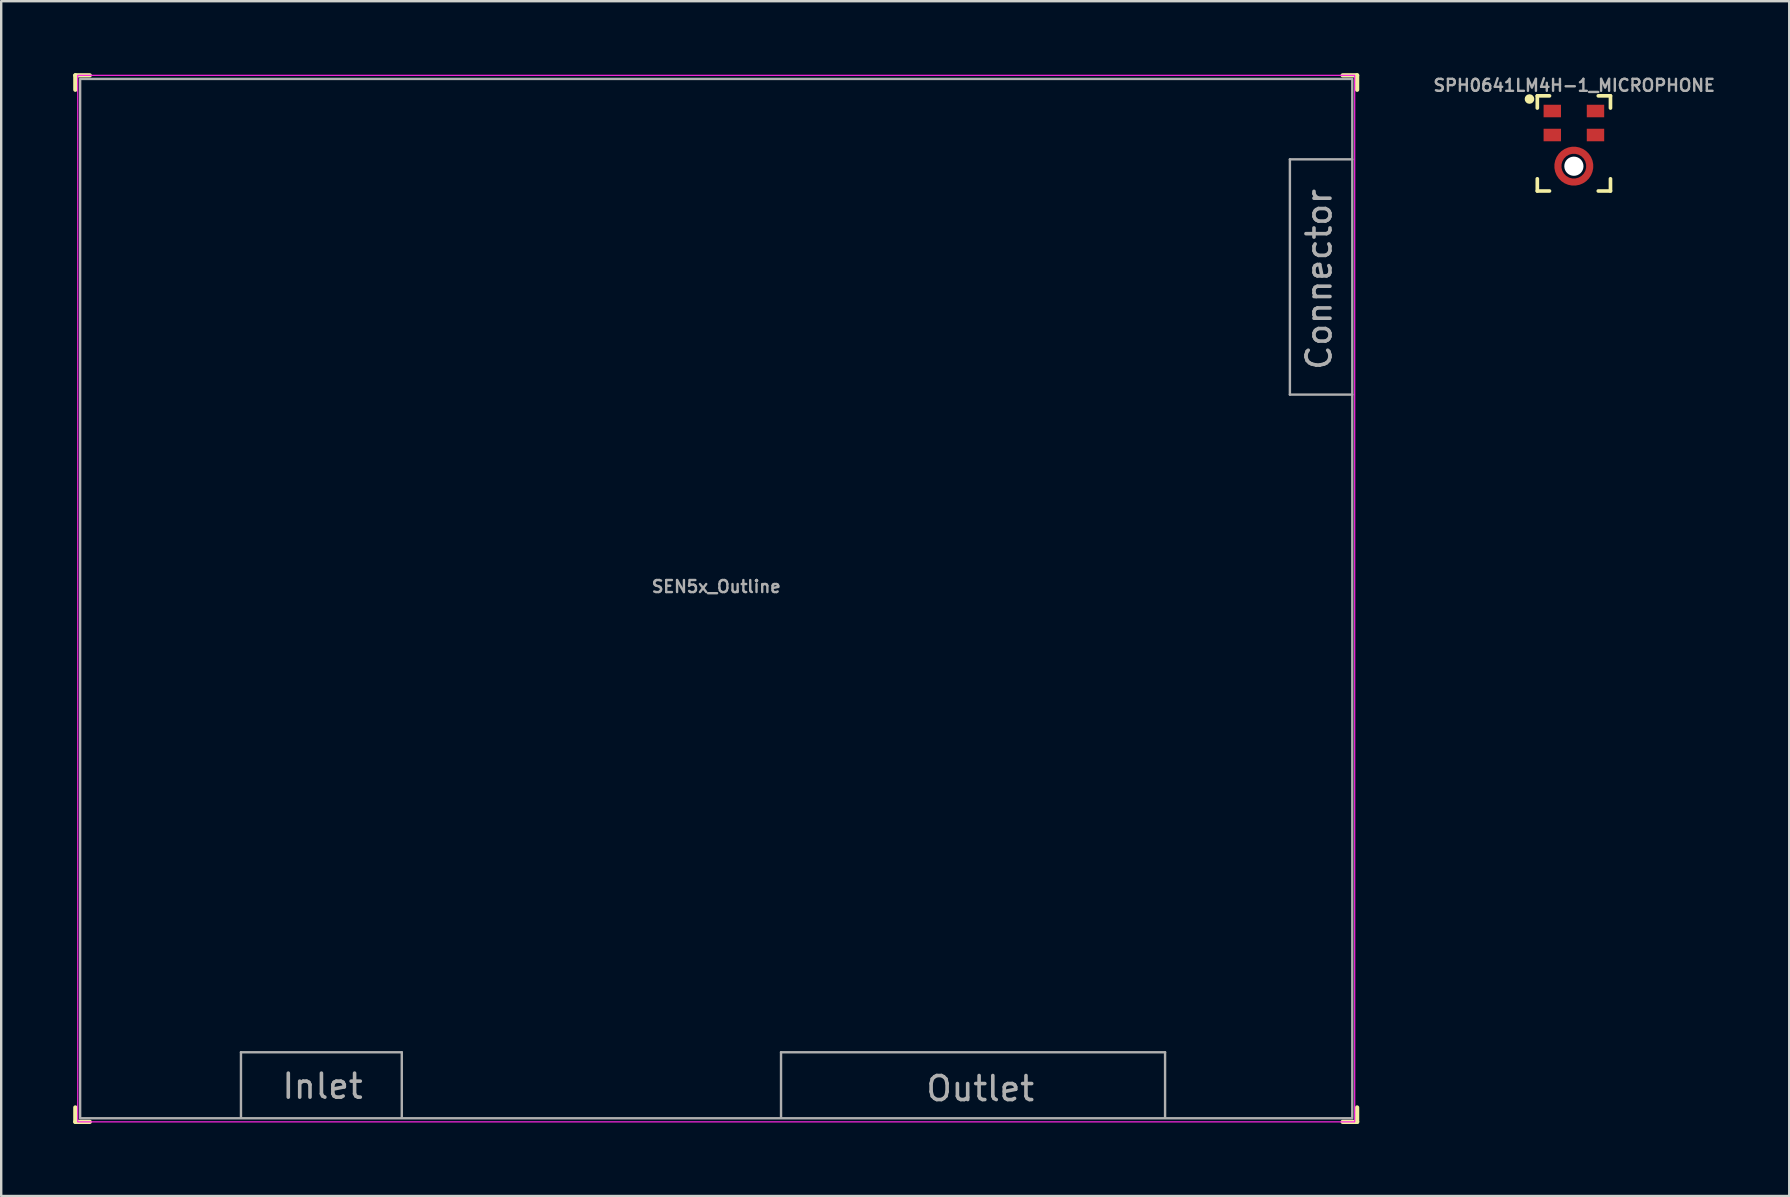
<source format=kicad_pcb>
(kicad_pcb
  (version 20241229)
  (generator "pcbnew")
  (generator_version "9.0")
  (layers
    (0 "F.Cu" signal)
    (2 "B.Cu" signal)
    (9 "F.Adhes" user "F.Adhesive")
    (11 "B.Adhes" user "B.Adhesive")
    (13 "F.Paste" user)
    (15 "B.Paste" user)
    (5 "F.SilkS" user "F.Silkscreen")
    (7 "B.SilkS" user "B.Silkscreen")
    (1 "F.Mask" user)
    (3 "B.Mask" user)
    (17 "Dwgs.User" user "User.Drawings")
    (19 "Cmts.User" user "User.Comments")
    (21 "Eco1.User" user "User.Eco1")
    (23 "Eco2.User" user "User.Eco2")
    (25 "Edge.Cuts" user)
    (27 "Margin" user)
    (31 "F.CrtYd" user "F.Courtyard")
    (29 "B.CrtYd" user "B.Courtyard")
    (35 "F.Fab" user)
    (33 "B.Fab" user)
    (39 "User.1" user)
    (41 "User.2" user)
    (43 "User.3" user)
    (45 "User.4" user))
  (footprint "SPH0641LM4H-1_MICROPHONE"
    (layer "F.Cu")
    (at 62.521 2.875)
    (property "Reference" "SPH0641LM4H-1_MICROPHONE" (at 0.014 -2.075 0) (unlocked yes) (layer "F.Fab") (effects (font (size 0.5 0.5) (thickness 0.1) (bold yes)) (justify bottom)))
    (fp_circle (center 0 1) (end 0.662 1) (stroke (width 0.6) (type solid)) (fill no) (layer "F.Mask"))
    (fp_line (start -1.524 -1.932) (end -1.524 -1.424) (stroke (width 0.152) (type solid)) (layer "F.SilkS"))
    (fp_line (start -1.524 1.524) (end -1.524 2.032) (stroke (width 0.152) (type solid)) (layer "F.SilkS"))
    (fp_line (start -1.524 2.032) (end -1.016 2.032) (stroke (width 0.152) (type solid)) (layer "F.SilkS"))
    (fp_line (start -1.016 -1.932) (end -1.524 -1.932) (stroke (width 0.152) (type solid)) (layer "F.SilkS"))
    (fp_line (start 1.016 -1.932) (end 1.524 -1.932) (stroke (width 0.152) (type solid)) (layer "F.SilkS"))
    (fp_line (start 1.524 -1.424) (end 1.524 -1.932) (stroke (width 0.152) (type solid)) (layer "F.SilkS"))
    (fp_line (start 1.524 1.524) (end 1.524 2.032) (stroke (width 0.152) (type solid)) (layer "F.SilkS"))
    (fp_line (start 1.524 2.032) (end 1.016 2.032) (stroke (width 0.152) (type solid)) (layer "F.SilkS"))
    (fp_circle (center -1.85 -1.8) (end -1.75 -1.8) (stroke (width 0.2) (type default)) (fill no) (layer "F.SilkS"))
    (fp_line (start -0.796 1.003) (end -0.78 1.158) (stroke (width 0.05) (type default)) (layer "F.Paste"))
    (fp_line (start -0.794 1.022) (end -0.793 0.972) (stroke (width 0.05) (type default)) (layer "F.Paste"))
    (fp_line (start -0.794 1.022) (end -0.543 1.022) (stroke (width 0.05) (type default)) (layer "F.Paste"))
    (fp_line (start -0.793 0.972) (end -0.542 0.972) (stroke (width 0.05) (type default)) (layer "F.Paste"))
    (fp_line (start -0.789 1.072) (end -0.538 1.072) (stroke (width 0.05) (type default)) (layer "F.Paste"))
    (fp_line (start -0.788 0.922) (end -0.782 0.872) (stroke (width 0.05) (type default)) (layer "F.Paste"))
    (fp_line (start -0.788 0.922) (end -0.536 0.922) (stroke (width 0.05) (type default)) (layer "F.Paste"))
    (fp_line (start -0.784 1.122) (end -0.789 1.072) (stroke (width 0.05) (type default)) (layer "F.Paste"))
    (fp_line (start -0.784 1.122) (end -0.53 1.122) (stroke (width 0.05) (type default)) (layer "F.Paste"))
    (fp_line (start -0.782 0.872) (end -0.526 0.872) (stroke (width 0.05) (type default)) (layer "F.Paste"))
    (fp_line (start -0.78 0.848) (end -0.796 1.003) (stroke (width 0.05) (type default)) (layer "F.Paste"))
    (fp_line (start -0.78 1.158) (end -0.733 1.306) (stroke (width 0.05) (type default)) (layer "F.Paste"))
    (fp_line (start -0.775 1.172) (end -0.514 1.172) (stroke (width 0.05) (type default)) (layer "F.Paste"))
    (fp_line (start -0.772 0.822) (end -0.756 0.772) (stroke (width 0.05) (type default)) (layer "F.Paste"))
    (fp_line (start -0.772 0.822) (end -0.51 0.822) (stroke (width 0.05) (type default)) (layer "F.Paste"))
    (fp_line (start -0.76 1.222) (end -0.775 1.172) (stroke (width 0.05) (type default)) (layer "F.Paste"))
    (fp_line (start -0.76 1.222) (end -0.495 1.222) (stroke (width 0.05) (type default)) (layer "F.Paste"))
    (fp_line (start -0.756 0.772) (end -0.489 0.772) (stroke (width 0.05) (type default)) (layer "F.Paste"))
    (fp_line (start -0.744 1.272) (end -0.467 1.272) (stroke (width 0.05) (type default)) (layer "F.Paste"))
    (fp_line (start -0.74 0.722) (end -0.718 0.672) (stroke (width 0.05) (type default)) (layer "F.Paste"))
    (fp_line (start -0.74 0.722) (end -0.461 0.722) (stroke (width 0.05) (type default)) (layer "F.Paste"))
    (fp_line (start -0.733 0.699) (end -0.78 0.848) (stroke (width 0.05) (type default)) (layer "F.Paste"))
    (fp_line (start -0.733 1.306) (end -0.657 1.443) (stroke (width 0.05) (type default)) (layer "F.Paste"))
    (fp_line (start -0.724 1.322) (end -0.744 1.272) (stroke (width 0.05) (type default)) (layer "F.Paste"))
    (fp_line (start -0.724 1.322) (end -0.439 1.322) (stroke (width 0.05) (type default)) (layer "F.Paste"))
    (fp_line (start -0.718 0.672) (end -0.495 0.672) (stroke (width 0.05) (type default)) (layer "F.Paste"))
    (fp_line (start -0.696 1.372) (end -0.669 1.422) (stroke (width 0.05) (type default)) (layer "F.Paste"))
    (fp_line (start -0.696 1.372) (end -0.553 1.372) (stroke (width 0.05) (type default)) (layer "F.Paste"))
    (fp_line (start -0.69 0.622) (end -0.662 0.572) (stroke (width 0.05) (type default)) (layer "F.Paste"))
    (fp_line (start -0.69 0.622) (end -0.569 0.622) (stroke (width 0.05) (type default)) (layer "F.Paste"))
    (fp_line (start -0.669 1.422) (end -0.627 1.422) (stroke (width 0.05) (type default)) (layer "F.Paste"))
    (fp_line (start -0.662 0.572) (end -0.643 0.572) (stroke (width 0.05) (type default)) (layer "F.Paste"))
    (fp_line (start -0.657 0.563) (end -0.733 0.699) (stroke (width 0.05) (type default)) (layer "F.Paste"))
    (fp_line (start -0.657 1.443) (end -0.45 1.303) (stroke (width 0.05) (type default)) (layer "F.Paste"))
    (fp_line (start -0.627 1.422) (end -0.696 1.372) (stroke (width 0.05) (type default)) (layer "F.Paste"))
    (fp_line (start -0.545 1.003) (end -0.534 0.897) (stroke (width 0.05) (type default)) (layer "F.Paste"))
    (fp_line (start -0.542 0.972) (end -0.536 0.922) (stroke (width 0.05) (type default)) (layer "F.Paste"))
    (fp_line (start -0.538 1.072) (end -0.543 1.022) (stroke (width 0.05) (type default)) (layer "F.Paste"))
    (fp_line (start -0.534 0.897) (end -0.502 0.795) (stroke (width 0.05) (type default)) (layer "F.Paste"))
    (fp_line (start -0.534 1.108) (end -0.545 1.003) (stroke (width 0.05) (type default)) (layer "F.Paste"))
    (fp_line (start -0.526 0.872) (end -0.51 0.822) (stroke (width 0.05) (type default)) (layer "F.Paste"))
    (fp_line (start -0.514 1.172) (end -0.53 1.122) (stroke (width 0.05) (type default)) (layer "F.Paste"))
    (fp_line (start -0.502 0.795) (end -0.45 0.703) (stroke (width 0.05) (type default)) (layer "F.Paste"))
    (fp_line (start -0.502 1.21) (end -0.534 1.108) (stroke (width 0.05) (type default)) (layer "F.Paste"))
    (fp_line (start -0.495 0.672) (end -0.569 0.622) (stroke (width 0.05) (type default)) (layer "F.Paste"))
    (fp_line (start -0.489 0.772) (end -0.461 0.722) (stroke (width 0.05) (type default)) (layer "F.Paste"))
    (fp_line (start -0.467 1.272) (end -0.495 1.222) (stroke (width 0.05) (type default)) (layer "F.Paste"))
    (fp_line (start -0.467 1.272) (end -0.45 1.303) (stroke (width 0.05) (type default)) (layer "F.Paste"))
    (fp_line (start -0.45 0.703) (end -0.657 0.563) (stroke (width 0.05) (type default)) (layer "F.Paste"))
    (fp_line (start -0.449 0.34) (end -0.313 0.264) (stroke (width 0.05) (type default)) (layer "F.Paste"))
    (fp_line (start -0.445 1.655) (end -0.309 1.731) (stroke (width 0.05) (type default)) (layer "F.Paste"))
    (fp_line (start -0.439 1.322) (end -0.502 1.21) (stroke (width 0.05) (type default)) (layer "F.Paste"))
    (fp_line (start -0.428 0.372) (end 0.409 0.372) (stroke (width 0.05) (type default)) (layer "F.Paste"))
    (fp_line (start -0.423 1.622) (end -0.414 1.672) (stroke (width 0.05) (type default)) (layer "F.Paste"))
    (fp_line (start -0.423 1.622) (end 0.413 1.622) (stroke (width 0.05) (type default)) (layer "F.Paste"))
    (fp_line (start -0.418 0.322) (end -0.428 0.372) (stroke (width 0.05) (type default)) (layer "F.Paste"))
    (fp_line (start -0.418 0.322) (end 0.399 0.322) (stroke (width 0.05) (type default)) (layer "F.Paste"))
    (fp_line (start -0.414 1.672) (end 0.404 1.672) (stroke (width 0.05) (type default)) (layer "F.Paste"))
    (fp_line (start -0.394 0.422) (end -0.36 0.472) (stroke (width 0.05) (type default)) (layer "F.Paste"))
    (fp_line (start -0.394 0.422) (end 0.375 0.422) (stroke (width 0.05) (type default)) (layer "F.Paste"))
    (fp_line (start -0.389 1.572) (end 0.379 1.572) (stroke (width 0.05) (type default)) (layer "F.Paste"))
    (fp_line (start -0.36 0.472) (end -0.144 0.472) (stroke (width 0.05) (type default)) (layer "F.Paste"))
    (fp_line (start -0.355 1.522) (end -0.389 1.572) (stroke (width 0.05) (type default)) (layer "F.Paste"))
    (fp_line (start -0.355 1.522) (end -0.141 1.522) (stroke (width 0.05) (type default)) (layer "F.Paste"))
    (fp_line (start -0.328 0.272) (end 0.309 0.272) (stroke (width 0.05) (type default)) (layer "F.Paste"))
    (fp_line (start -0.326 0.522) (end -0.265 0.522) (stroke (width 0.05) (type default)) (layer "F.Paste"))
    (fp_line (start -0.324 1.722) (end 0.314 1.722) (stroke (width 0.05) (type default)) (layer "F.Paste"))
    (fp_line (start -0.322 1.472) (end -0.355 1.522) (stroke (width 0.05) (type default)) (layer "F.Paste"))
    (fp_line (start -0.322 1.472) (end -0.261 1.472) (stroke (width 0.05) (type default)) (layer "F.Paste"))
    (fp_line (start -0.313 0.264) (end -0.328 0.272) (stroke (width 0.05) (type default)) (layer "F.Paste"))
    (fp_line (start -0.313 0.264) (end -0.181 0.222) (stroke (width 0.05) (type default)) (layer "F.Paste"))
    (fp_line (start -0.309 0.547) (end -0.449 0.34) (stroke (width 0.05) (type default)) (layer "F.Paste"))
    (fp_line (start -0.309 1.731) (end -0.324 1.722) (stroke (width 0.05) (type default)) (layer "F.Paste"))
    (fp_line (start -0.309 1.731) (end -0.178 1.772) (stroke (width 0.05) (type default)) (layer "F.Paste"))
    (fp_line (start -0.305 1.448) (end -0.445 1.655) (stroke (width 0.05) (type default)) (layer "F.Paste"))
    (fp_line (start -0.217 0.495) (end -0.309 0.547) (stroke (width 0.05) (type default)) (layer "F.Paste"))
    (fp_line (start -0.212 1.499) (end -0.305 1.448) (stroke (width 0.05) (type default)) (layer "F.Paste"))
    (fp_line (start -0.181 0.222) (end 0.162 0.222) (stroke (width 0.05) (type default)) (layer "F.Paste"))
    (fp_line (start -0.178 1.772) (end 0.168 1.772) (stroke (width 0.05) (type default)) (layer "F.Paste"))
    (fp_line (start -0.164 0.217) (end -0.009 0.201) (stroke (width 0.05) (type default)) (layer "F.Paste"))
    (fp_line (start -0.16 1.778) (end -0.005 1.793) (stroke (width 0.05) (type default)) (layer "F.Paste"))
    (fp_line (start -0.115 0.463) (end -0.217 0.495) (stroke (width 0.05) (type default)) (layer "F.Paste"))
    (fp_line (start -0.111 1.531) (end -0.212 1.499) (stroke (width 0.05) (type default)) (layer "F.Paste"))
    (fp_line (start -0.009 0.201) (end 0.146 0.217) (stroke (width 0.05) (type default)) (layer "F.Paste"))
    (fp_line (start -0.009 0.452) (end -0.115 0.463) (stroke (width 0.05) (type default)) (layer "F.Paste"))
    (fp_line (start -0.005 1.542) (end -0.111 1.531) (stroke (width 0.05) (type default)) (layer "F.Paste"))
    (fp_line (start -0.005 1.793) (end 0.15 1.778) (stroke (width 0.05) (type default)) (layer "F.Paste"))
    (fp_line (start 0.096 0.463) (end -0.009 0.452) (stroke (width 0.05) (type default)) (layer "F.Paste"))
    (fp_line (start 0.101 1.531) (end -0.005 1.542) (stroke (width 0.05) (type default)) (layer "F.Paste"))
    (fp_line (start 0.125 0.472) (end 0.341 0.472) (stroke (width 0.05) (type default)) (layer "F.Paste"))
    (fp_line (start 0.131 1.522) (end 0.345 1.522) (stroke (width 0.05) (type default)) (layer "F.Paste"))
    (fp_line (start 0.146 0.217) (end 0.294 0.264) (stroke (width 0.05) (type default)) (layer "F.Paste"))
    (fp_line (start 0.15 1.778) (end 0.299 1.731) (stroke (width 0.05) (type default)) (layer "F.Paste"))
    (fp_line (start 0.198 0.495) (end 0.096 0.463) (stroke (width 0.05) (type default)) (layer "F.Paste"))
    (fp_line (start 0.202 1.499) (end 0.101 1.531) (stroke (width 0.05) (type default)) (layer "F.Paste"))
    (fp_line (start 0.246 0.522) (end 0.307 0.522) (stroke (width 0.05) (type default)) (layer "F.Paste"))
    (fp_line (start 0.251 1.472) (end 0.311 1.472) (stroke (width 0.05) (type default)) (layer "F.Paste"))
    (fp_line (start 0.291 0.547) (end 0.198 0.495) (stroke (width 0.05) (type default)) (layer "F.Paste"))
    (fp_line (start 0.294 0.264) (end 0.431 0.34) (stroke (width 0.05) (type default)) (layer "F.Paste"))
    (fp_line (start 0.295 1.448) (end 0.202 1.499) (stroke (width 0.05) (type default)) (layer "F.Paste"))
    (fp_line (start 0.299 1.731) (end 0.435 1.655) (stroke (width 0.05) (type default)) (layer "F.Paste"))
    (fp_line (start 0.307 0.522) (end 0.341 0.472) (stroke (width 0.05) (type default)) (layer "F.Paste"))
    (fp_line (start 0.345 1.522) (end 0.311 1.472) (stroke (width 0.05) (type default)) (layer "F.Paste"))
    (fp_line (start 0.379 1.572) (end 0.413 1.622) (stroke (width 0.05) (type default)) (layer "F.Paste"))
    (fp_line (start 0.409 0.372) (end 0.375 0.422) (stroke (width 0.05) (type default)) (layer "F.Paste"))
    (fp_line (start 0.409 0.372) (end 0.399 0.322) (stroke (width 0.05) (type default)) (layer "F.Paste"))
    (fp_line (start 0.431 0.34) (end 0.291 0.547) (stroke (width 0.05) (type default)) (layer "F.Paste"))
    (fp_line (start 0.435 1.655) (end 0.295 1.448) (stroke (width 0.05) (type default)) (layer "F.Paste"))
    (fp_line (start 0.44 0.703) (end 0.492 0.795) (stroke (width 0.05) (type default)) (layer "F.Paste"))
    (fp_line (start 0.44 1.303) (end 0.647 1.443) (stroke (width 0.05) (type default)) (layer "F.Paste"))
    (fp_line (start 0.451 0.722) (end 0.73 0.722) (stroke (width 0.05) (type default)) (layer "F.Paste"))
    (fp_line (start 0.457 1.272) (end 0.734 1.272) (stroke (width 0.05) (type default)) (layer "F.Paste"))
    (fp_line (start 0.469 1.322) (end 0.457 1.272) (stroke (width 0.05) (type default)) (layer "F.Paste"))
    (fp_line (start 0.469 1.322) (end 0.718 1.322) (stroke (width 0.05) (type default)) (layer "F.Paste"))
    (fp_line (start 0.479 0.772) (end 0.451 0.722) (stroke (width 0.05) (type default)) (layer "F.Paste"))
    (fp_line (start 0.479 0.772) (end 0.746 0.772) (stroke (width 0.05) (type default)) (layer "F.Paste"))
    (fp_line (start 0.485 1.222) (end 0.75 1.222) (stroke (width 0.05) (type default)) (layer "F.Paste"))
    (fp_line (start 0.485 0.672) (end 0.559 0.622) (stroke (width 0.05) (type default)) (layer "F.Paste"))
    (fp_line (start 0.485 0.672) (end 0.708 0.672) (stroke (width 0.05) (type default)) (layer "F.Paste"))
    (fp_line (start 0.492 0.795) (end 0.524 0.897) (stroke (width 0.05) (type default)) (layer "F.Paste"))
    (fp_line (start 0.492 1.21) (end 0.44 1.303) (stroke (width 0.05) (type default)) (layer "F.Paste"))
    (fp_line (start 0.5 0.822) (end 0.762 0.822) (stroke (width 0.05) (type default)) (layer "F.Paste"))
    (fp_line (start 0.504 1.172) (end 0.519 1.122) (stroke (width 0.05) (type default)) (layer "F.Paste"))
    (fp_line (start 0.504 1.172) (end 0.765 1.172) (stroke (width 0.05) (type default)) (layer "F.Paste"))
    (fp_line (start 0.516 0.872) (end 0.5 0.822) (stroke (width 0.05) (type default)) (layer "F.Paste"))
    (fp_line (start 0.516 0.872) (end 0.772 0.872) (stroke (width 0.05) (type default)) (layer "F.Paste"))
    (fp_line (start 0.519 1.122) (end 0.773 1.122) (stroke (width 0.05) (type default)) (layer "F.Paste"))
    (fp_line (start 0.524 0.897) (end 0.535 1.003) (stroke (width 0.05) (type default)) (layer "F.Paste"))
    (fp_line (start 0.524 1.108) (end 0.492 1.21) (stroke (width 0.05) (type default)) (layer "F.Paste"))
    (fp_line (start 0.526 0.922) (end 0.777 0.922) (stroke (width 0.05) (type default)) (layer "F.Paste"))
    (fp_line (start 0.527 1.072) (end 0.533 1.022) (stroke (width 0.05) (type default)) (layer "F.Paste"))
    (fp_line (start 0.527 1.072) (end 0.779 1.072) (stroke (width 0.05) (type default)) (layer "F.Paste"))
    (fp_line (start 0.531 0.972) (end 0.526 0.922) (stroke (width 0.05) (type default)) (layer "F.Paste"))
    (fp_line (start 0.531 0.972) (end 0.783 0.972) (stroke (width 0.05) (type default)) (layer "F.Paste"))
    (fp_line (start 0.533 1.022) (end 0.784 1.022) (stroke (width 0.05) (type default)) (layer "F.Paste"))
    (fp_line (start 0.535 1.003) (end 0.524 1.108) (stroke (width 0.05) (type default)) (layer "F.Paste"))
    (fp_line (start 0.543 1.372) (end 0.616 1.422) (stroke (width 0.05) (type default)) (layer "F.Paste"))
    (fp_line (start 0.543 1.372) (end 0.686 1.372) (stroke (width 0.05) (type default)) (layer "F.Paste"))
    (fp_line (start 0.559 0.622) (end 0.68 0.622) (stroke (width 0.05) (type default)) (layer "F.Paste"))
    (fp_line (start 0.616 1.422) (end 0.658 1.422) (stroke (width 0.05) (type default)) (layer "F.Paste"))
    (fp_line (start 0.633 0.572) (end 0.652 0.572) (stroke (width 0.05) (type default)) (layer "F.Paste"))
    (fp_line (start 0.647 0.563) (end 0.44 0.703) (stroke (width 0.05) (type default)) (layer "F.Paste"))
    (fp_line (start 0.647 1.443) (end 0.723 1.306) (stroke (width 0.05) (type default)) (layer "F.Paste"))
    (fp_line (start 0.658 1.422) (end 0.686 1.372) (stroke (width 0.05) (type default)) (layer "F.Paste"))
    (fp_line (start 0.68 0.622) (end 0.652 0.572) (stroke (width 0.05) (type default)) (layer "F.Paste"))
    (fp_line (start 0.718 1.322) (end 0.765 1.172) (stroke (width 0.05) (type default)) (layer "F.Paste"))
    (fp_line (start 0.723 0.699) (end 0.647 0.563) (stroke (width 0.05) (type default)) (layer "F.Paste"))
    (fp_line (start 0.73 0.722) (end 0.708 0.672) (stroke (width 0.05) (type default)) (layer "F.Paste"))
    (fp_line (start 0.734 1.272) (end 0.75 1.222) (stroke (width 0.05) (type default)) (layer "F.Paste"))
    (fp_line (start 0.762 0.822) (end 0.746 0.772) (stroke (width 0.05) (type default)) (layer "F.Paste"))
    (fp_line (start 0.77 0.848) (end 0.723 0.699) (stroke (width 0.05) (type default)) (layer "F.Paste"))
    (fp_line (start 0.77 1.158) (end 0.786 1.003) (stroke (width 0.05) (type default)) (layer "F.Paste"))
    (fp_line (start 0.773 1.122) (end 0.779 1.072) (stroke (width 0.05) (type default)) (layer "F.Paste"))
    (fp_line (start 0.777 0.922) (end 0.772 0.872) (stroke (width 0.05) (type default)) (layer "F.Paste"))
    (fp_line (start 0.784 1.022) (end 0.783 0.972) (stroke (width 0.05) (type default)) (layer "F.Paste"))
    (fp_line (start 0.786 1.003) (end 0.77 0.848) (stroke (width 0.05) (type default)) (layer "F.Paste"))
    (pad "" np_thru_hole circle (at 0 1) (size 0.8 0.8) (drill 0.8) (layers "*.Cu" "*.Mask"))
    (pad "1" smd rect (at -0.9 -1.3) (size 0.725 0.522) (layers "F.Cu" "F.Mask" "F.Paste"))
    (pad "2" smd rect (at -0.9 -0.3) (size 0.725 0.522) (layers "F.Cu" "F.Mask" "F.Paste"))
    (pad "3" smd custom (at 0.659 0.997 90) (size 0.3 0.3) (layers "F.Cu" "F.Mask") (options (anchor circle)) (primitives (gr_circle (center 0 -0.662) (end 0.662 -0.662) (width 0.3) (fill no))))
    (pad "4" smd rect (at 0.9 -0.3) (size 0.725 0.522) (layers "F.Cu" "F.Mask" "F.Paste"))
    (pad "5" smd rect (at 0.9 -1.3) (size 0.725 0.522) (layers "F.Cu" "F.Mask" "F.Paste")))
  (footprint "SEN5x_Outline"
    (layer "F.Cu")
    (at 26.789 21.889)
    (property "Reference" "SEN5x_Outline" (at 0 -0.5 0) (layer "F.Fab") (effects (font (size 0.5 0.5) (thickness 0.1) (bold yes))))
    (fp_line (start -26.7 -21.2) (end -26.7 -21.8) (stroke (width 0.178) (type default)) (layer "F.SilkS"))
    (fp_line (start -26.7 21.2) (end -26.7 21.8) (stroke (width 0.178) (type default)) (layer "F.SilkS"))
    (fp_line (start -26.1 -21.8) (end -26.7 -21.8) (stroke (width 0.178) (type default)) (layer "F.SilkS"))
    (fp_line (start -26.1 21.8) (end -26.7 21.8) (stroke (width 0.178) (type default)) (layer "F.SilkS"))
    (fp_line (start 26.1 -21.8) (end 26.7 -21.8) (stroke (width 0.178) (type default)) (layer "F.SilkS"))
    (fp_line (start 26.1 21.8) (end 26.7 21.8) (stroke (width 0.178) (type default)) (layer "F.SilkS"))
    (fp_line (start 26.7 -21.2) (end 26.7 -21.8) (stroke (width 0.178) (type default)) (layer "F.SilkS"))
    (fp_line (start 26.7 21.2) (end 26.7 21.8) (stroke (width 0.178) (type default)) (layer "F.SilkS"))
    (fp_rect (start 26.6 -21.8) (end -26.6 21.8) (stroke (width 0.05) (type default)) (fill no) (layer "F.CrtYd"))
    (fp_line (start -19.8 18.9) (end -13.1 18.9) (stroke (width 0.1) (type default)) (layer "F.Fab"))
    (fp_line (start -19.8 21.6) (end -19.8 18.9) (stroke (width 0.1) (type default)) (layer "F.Fab"))
    (fp_line (start -13.1 18.9) (end -13.1 21.6) (stroke (width 0.1) (type default)) (layer "F.Fab"))
    (fp_line (start 2.7 18.9) (end 2.7 21.6) (stroke (width 0.1) (type default)) (layer "F.Fab"))
    (fp_line (start 18.7 18.9) (end 2.7 18.9) (stroke (width 0.1) (type default)) (layer "F.Fab"))
    (fp_line (start 18.7 21.6) (end 18.7 18.9) (stroke (width 0.1) (type default)) (layer "F.Fab"))
    (fp_line (start 23.9 -18.3) (end 23.9 -8.5) (stroke (width 0.1) (type default)) (layer "F.Fab"))
    (fp_line (start 23.9 -8.5) (end 26.5 -8.5) (stroke (width 0.1) (type default)) (layer "F.Fab"))
    (fp_line (start 26.5 -18.3) (end 23.9 -18.3) (stroke (width 0.1) (type default)) (layer "F.Fab"))
    (fp_rect (start -26.5 -21.65) (end 26.5 21.65) (stroke (width 0.1) (type default)) (fill no) (layer "F.Fab"))
    (fp_text user "Outlet" (at 11 21 0) (unlocked yes) (layer "F.Fab") (effects (font (size 1 1) (thickness 0.15)) (justify bottom)))
    (fp_text user "Connector" (at 25.7 -13.3 90) (unlocked yes) (layer "F.Fab") (effects (font (size 1 1) (thickness 0.15)) (justify bottom)))
    (fp_text user "Inlet" (at -16.4 20.9 0) (unlocked yes) (layer "F.Fab") (effects (font (size 1 1) (thickness 0.15)) (justify bottom))))
  (gr_rect
    (start -3 -3)
    (end 71.492 46.778)
    (stroke (width 0.1) (type default))
    (fill no)
    (layer "Edge.Cuts")))
</source>
